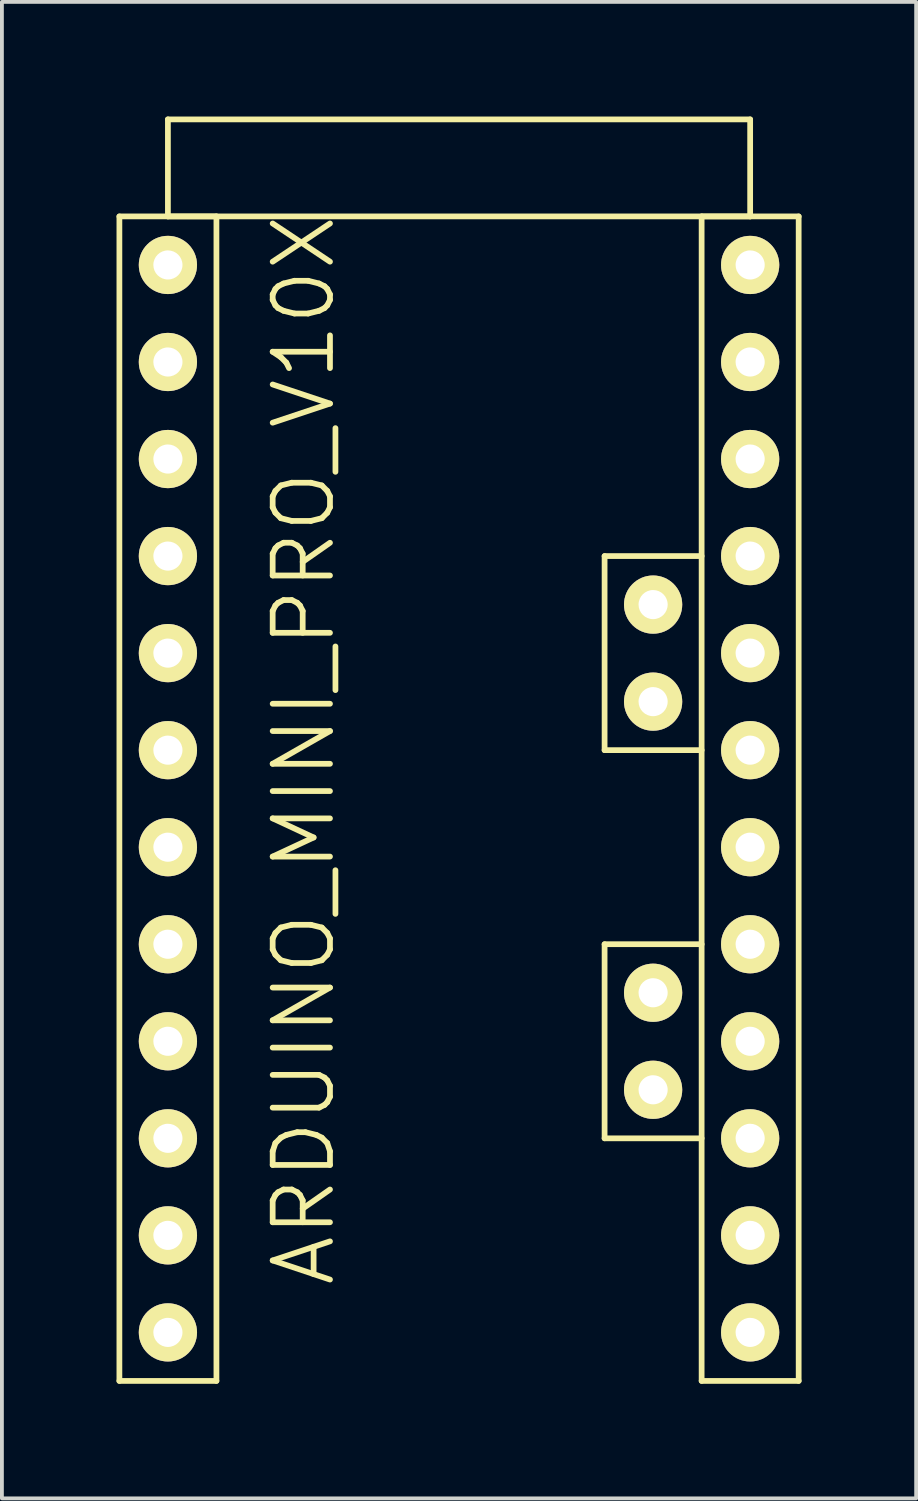
<source format=kicad_pcb>
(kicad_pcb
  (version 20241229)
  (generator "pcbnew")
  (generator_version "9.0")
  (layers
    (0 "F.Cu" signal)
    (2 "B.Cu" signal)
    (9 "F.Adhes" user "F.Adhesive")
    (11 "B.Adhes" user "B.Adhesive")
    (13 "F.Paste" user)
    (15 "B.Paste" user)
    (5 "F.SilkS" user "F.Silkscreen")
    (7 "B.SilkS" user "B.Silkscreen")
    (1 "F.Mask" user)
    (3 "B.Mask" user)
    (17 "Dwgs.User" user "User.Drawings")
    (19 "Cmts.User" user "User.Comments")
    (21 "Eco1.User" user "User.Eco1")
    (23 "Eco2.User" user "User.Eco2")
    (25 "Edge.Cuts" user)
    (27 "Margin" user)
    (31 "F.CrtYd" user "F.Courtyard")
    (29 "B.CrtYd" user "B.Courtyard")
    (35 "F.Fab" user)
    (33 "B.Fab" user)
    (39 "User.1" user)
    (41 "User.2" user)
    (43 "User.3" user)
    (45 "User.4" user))
  (footprint "ARDUINO_MINI_PRO_V10X"
    (layer "F.Cu")
    (at 8.965 16.585)
    (property "Reference" "ARDUINO_MINI_PRO_V10X" (at -4.064 0 90) (layer "F.SilkS") (effects (font (size 1.5 1.5) (thickness 0.15))))
    (attr through_hole)
    (fp_line (start -8.89 -13.97) (end -6.35 -13.97) (stroke (width 0.15) (type solid)) (layer "F.SilkS"))
    (fp_line (start -8.89 16.51) (end -8.89 -13.97) (stroke (width 0.15) (type solid)) (layer "F.SilkS"))
    (fp_line (start -7.62 -16.51) (end 7.62 -16.51) (stroke (width 0.15) (type solid)) (layer "F.SilkS"))
    (fp_line (start -7.62 -13.97) (end -7.62 -16.51) (stroke (width 0.15) (type solid)) (layer "F.SilkS"))
    (fp_line (start -6.35 -13.97) (end -6.35 16.51) (stroke (width 0.15) (type solid)) (layer "F.SilkS"))
    (fp_line (start -6.35 16.51) (end -8.89 16.51) (stroke (width 0.15) (type solid)) (layer "F.SilkS"))
    (fp_line (start 3.81 -5.08) (end 3.81 0) (stroke (width 0.15) (type solid)) (layer "F.SilkS"))
    (fp_line (start 3.81 0) (end 6.35 0) (stroke (width 0.15) (type solid)) (layer "F.SilkS"))
    (fp_line (start 3.81 5.08) (end 3.81 10.16) (stroke (width 0.15) (type solid)) (layer "F.SilkS"))
    (fp_line (start 3.81 10.16) (end 6.35 10.16) (stroke (width 0.15) (type solid)) (layer "F.SilkS"))
    (fp_line (start 6.35 -13.97) (end 6.35 16.51) (stroke (width 0.15) (type solid)) (layer "F.SilkS"))
    (fp_line (start 6.35 -5.08) (end 3.81 -5.08) (stroke (width 0.15) (type solid)) (layer "F.SilkS"))
    (fp_line (start 6.35 5.08) (end 3.81 5.08) (stroke (width 0.15) (type solid)) (layer "F.SilkS"))
    (fp_line (start 6.35 16.51) (end 8.89 16.51) (stroke (width 0.15) (type solid)) (layer "F.SilkS"))
    (fp_line (start 7.62 -16.51) (end 7.62 -13.97) (stroke (width 0.15) (type solid)) (layer "F.SilkS"))
    (fp_line (start 7.62 -13.97) (end -7.62 -13.97) (stroke (width 0.15) (type solid)) (layer "F.SilkS"))
    (fp_line (start 8.89 -13.97) (end 6.35 -13.97) (stroke (width 0.15) (type solid)) (layer "F.SilkS"))
    (fp_line (start 8.89 16.51) (end 8.89 -13.97) (stroke (width 0.15) (type solid)) (layer "F.SilkS"))
    (pad "2" thru_hole circle (at -7.62 -2.54) (size 1.524 1.524) (drill 0.762) (layers "*.Cu" "*.Mask" "F.SilkS"))
    (pad "3" thru_hole circle (at -7.62 0) (size 1.524 1.524) (drill 0.762) (layers "*.Cu" "*.Mask" "F.SilkS"))
    (pad "4" thru_hole circle (at -7.62 2.54) (size 1.524 1.524) (drill 0.762) (layers "*.Cu" "*.Mask" "F.SilkS"))
    (pad "5" thru_hole circle (at -7.62 5.08) (size 1.524 1.524) (drill 0.762) (layers "*.Cu" "*.Mask" "F.SilkS"))
    (pad "6" thru_hole circle (at -7.62 7.62) (size 1.524 1.524) (drill 0.762) (layers "*.Cu" "*.Mask" "F.SilkS"))
    (pad "7" thru_hole circle (at -7.62 10.16) (size 1.524 1.524) (drill 0.762) (layers "*.Cu" "*.Mask" "F.SilkS"))
    (pad "8" thru_hole circle (at -7.62 12.7) (size 1.524 1.524) (drill 0.762) (layers "*.Cu" "*.Mask" "F.SilkS"))
    (pad "9" thru_hole circle (at -7.62 15.24) (size 1.524 1.524) (drill 0.762) (layers "*.Cu" "*.Mask" "F.SilkS"))
    (pad "10" thru_hole circle (at 7.62 15.24) (size 1.524 1.524) (drill 0.762) (layers "*.Cu" "*.Mask" "F.SilkS"))
    (pad "11" thru_hole circle (at 7.62 12.7) (size 1.524 1.524) (drill 0.762) (layers "*.Cu" "*.Mask" "F.SilkS"))
    (pad "12" thru_hole circle (at 7.62 10.16) (size 1.524 1.524) (drill 0.762) (layers "*.Cu" "*.Mask" "F.SilkS"))
    (pad "13" thru_hole circle (at 7.62 7.62) (size 1.524 1.524) (drill 0.762) (layers "*.Cu" "*.Mask" "F.SilkS"))
    (pad "A0" thru_hole circle (at 7.62 5.08) (size 1.524 1.524) (drill 0.762) (layers "*.Cu" "*.Mask" "F.SilkS"))
    (pad "A1" thru_hole circle (at 7.62 2.54) (size 1.524 1.524) (drill 0.762) (layers "*.Cu" "*.Mask" "F.SilkS"))
    (pad "A2" thru_hole circle (at 7.62 0) (size 1.524 1.524) (drill 0.762) (layers "*.Cu" "*.Mask" "F.SilkS"))
    (pad "A3" thru_hole circle (at 7.62 -2.54) (size 1.524 1.524) (drill 0.762) (layers "*.Cu" "*.Mask" "F.SilkS"))
    (pad "A4" thru_hole circle (at 5.08 -1.27) (size 1.524 1.524) (drill 0.762) (layers "*.Cu" "*.Mask" "F.SilkS"))
    (pad "A5" thru_hole circle (at 5.08 -3.81) (size 1.524 1.524) (drill 0.762) (layers "*.Cu" "*.Mask" "F.SilkS"))
    (pad "A6" thru_hole circle (at 5.08 8.89) (size 1.524 1.524) (drill 0.762) (layers "*.Cu" "*.Mask" "F.SilkS"))
    (pad "A7" thru_hole circle (at 5.08 6.35) (size 1.524 1.524) (drill 0.762) (layers "*.Cu" "*.Mask" "F.SilkS"))
    (pad "GND2" thru_hole circle (at -7.62 -5.08) (size 1.524 1.524) (drill 0.762) (layers "*.Cu" "*.Mask" "F.SilkS"))
    (pad "GND3" thru_hole circle (at 7.62 -10.16) (size 1.524 1.524) (drill 0.762) (layers "*.Cu" "*.Mask" "F.SilkS"))
    (pad "RAW" thru_hole circle (at 7.62 -12.7) (size 1.524 1.524) (drill 0.762) (layers "*.Cu" "*.Mask" "F.SilkS"))
    (pad "RST1" thru_hole circle (at -7.62 -7.62) (size 1.524 1.524) (drill 0.762) (layers "*.Cu" "*.Mask" "F.SilkS"))
    (pad "RST2" thru_hole circle (at 7.62 -7.62) (size 1.524 1.524) (drill 0.762) (layers "*.Cu" "*.Mask" "F.SilkS"))
    (pad "RX/2" thru_hole circle (at -7.62 -10.16) (size 1.524 1.524) (drill 0.762) (layers "*.Cu" "*.Mask" "F.SilkS"))
    (pad "TX/2" thru_hole circle (at -7.62 -12.7) (size 1.524 1.524) (drill 0.762) (layers "*.Cu" "*.Mask" "F.SilkS"))
    (pad "VCC2" thru_hole circle (at 7.62 -5.08) (size 1.524 1.524) (drill 0.762) (layers "*.Cu" "*.Mask" "F.SilkS")))
  (gr_rect
    (start -3 -3)
    (end 20.93 36.17)
    (stroke (width 0.1) (type default))
    (fill no)
    (layer "Edge.Cuts")))
</source>
